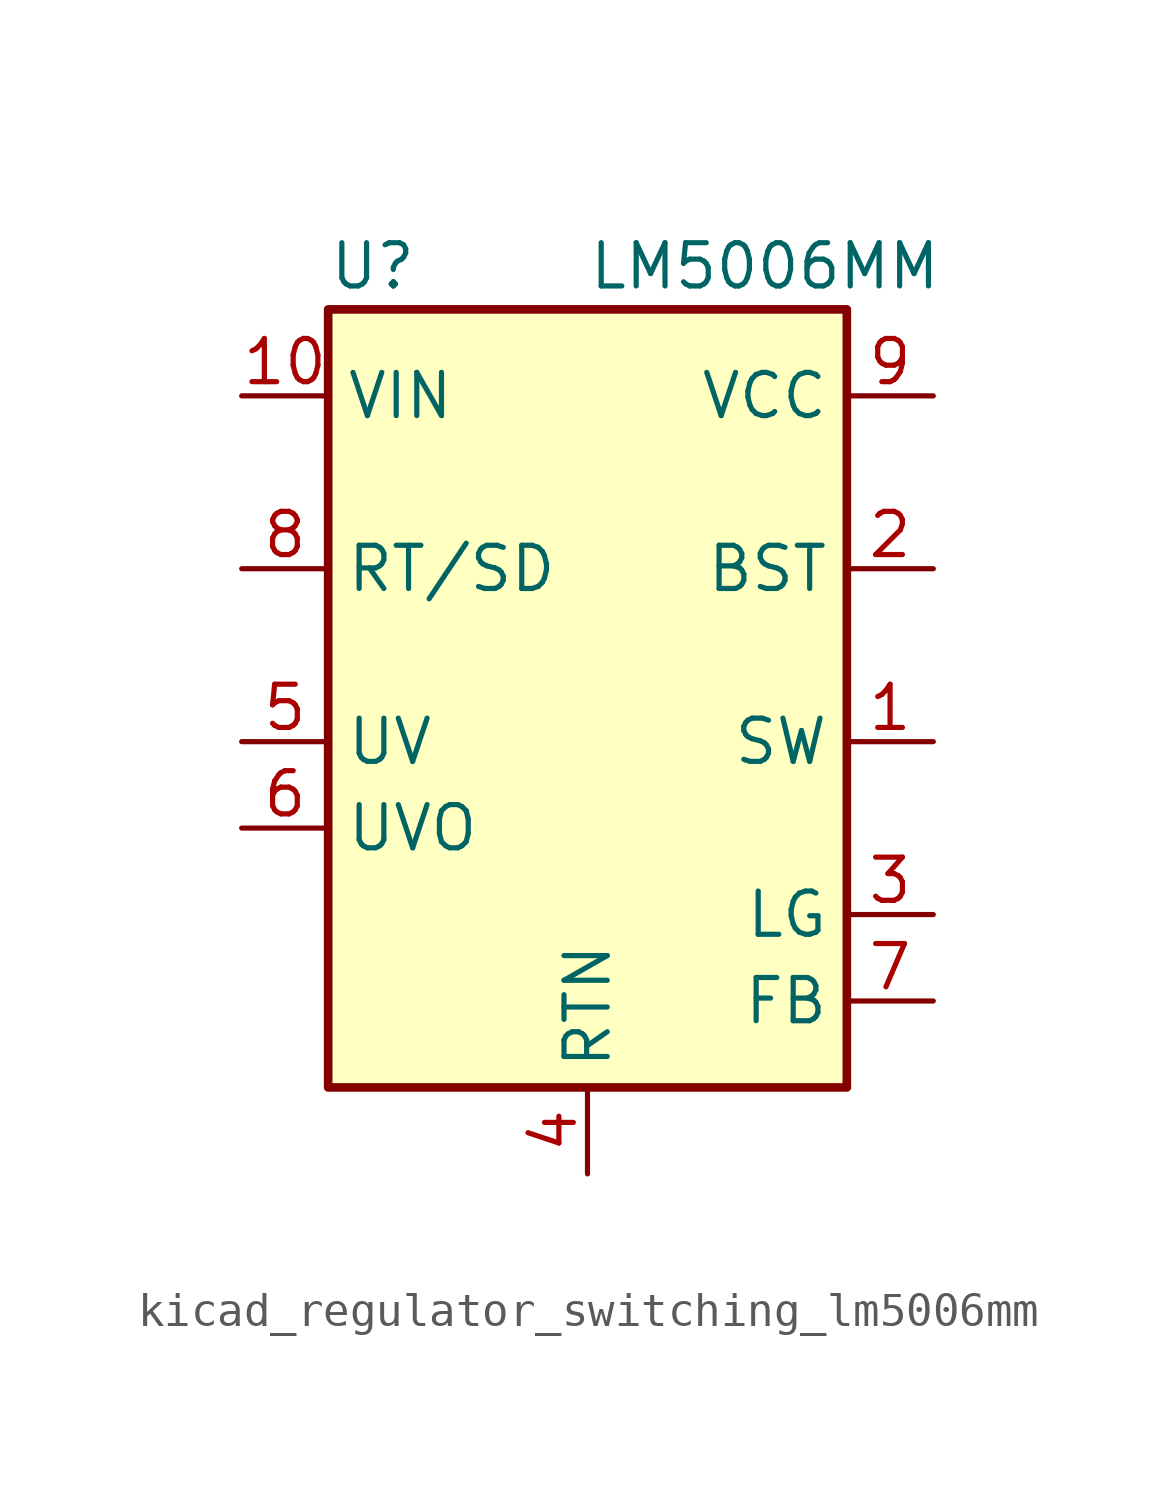
<source format=kicad_sym>
(kicad_symbol_lib
  (version 20220914)
  (generator kicad_symbol_editor)
  (symbol "kicad_regulator_switching_lm5006mm"
    (property "Reference" "U"
      (at -7.62 13.97 0)
      (effects (font (size 1.27 1.27)) (justify left)))
    (property "Value" "LM5006MM"
      (at 0 13.97 0)
      (effects (font (size 1.27 1.27)) (justify left)))
    (symbol "kicad_regulator_switching_lm5006mm_0_1"
      (rectangle (start -7.62 12.7) (end 7.62 -10.16) (stroke (width 0.254) (type default)) (fill (type background))))
    (symbol "kicad_regulator_switching_lm5006mm_1_1"
      (pin output line (at 10.16 0 180) (length 2.54) (name "SW" (effects (font (size 1.27 1.27)))) (number "1" (effects (font (size 1.27 1.27)))))
      (pin power_in line (at -10.16 10.16 0) (length 2.54) (name "VIN" (effects (font (size 1.27 1.27)))) (number "10" (effects (font (size 1.27 1.27)))))
      (pin input line (at 10.16 5.08 180) (length 2.54) (name "BST" (effects (font (size 1.27 1.27)))) (number "2" (effects (font (size 1.27 1.27)))))
      (pin output line (at 10.16 -5.08 180) (length 2.54) (name "LG" (effects (font (size 1.27 1.27)))) (number "3" (effects (font (size 1.27 1.27)))))
      (pin power_in line (at 0 -12.7 90) (length 2.54) (name "RTN" (effects (font (size 1.27 1.27)))) (number "4" (effects (font (size 1.27 1.27)))))
      (pin input line (at -10.16 0 0) (length 2.54) (name "UV" (effects (font (size 1.27 1.27)))) (number "5" (effects (font (size 1.27 1.27)))))
      (pin output line (at -10.16 -2.54 0) (length 2.54) (name "UVO" (effects (font (size 1.27 1.27)))) (number "6" (effects (font (size 1.27 1.27)))))
      (pin input line (at 10.16 -7.62 180) (length 2.54) (name "FB" (effects (font (size 1.27 1.27)))) (number "7" (effects (font (size 1.27 1.27)))))
      (pin input line (at -10.16 5.08 0) (length 2.54) (name "RT/SD" (effects (font (size 1.27 1.27)))) (number "8" (effects (font (size 1.27 1.27)))))
      (pin output line (at 10.16 10.16 180) (length 2.54) (name "VCC" (effects (font (size 1.27 1.27)))) (number "9" (effects (font (size 1.27 1.27))))))))
</source>
